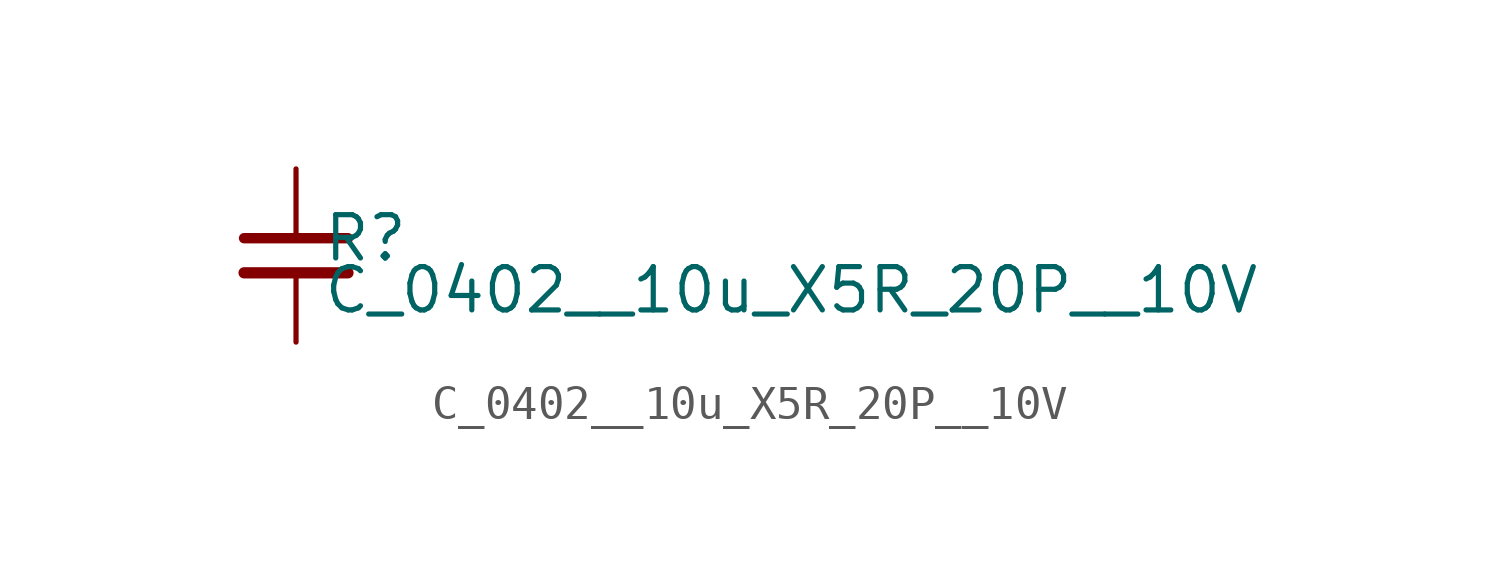
<source format=kicad_sym>
(kicad_symbol_lib
  (version 20211014)
  (generator kicad_symbol_editor)
  (symbol "C_0402__10u_X5R_20P__10V"
    (pin_numbers hide)
    (pin_names
      (offset 0.254) hide)
    (property "Reference" "R"
      (at 0.762 0.508 0)
      (effects (font (size 1.27 1.27)) (justify left)))
    (property "Value" "C_0402__10u_X5R_20P__10V"
      (at 0.762 -1.016 0)
      (effects (font (size 1.27 1.27)) (justify left)))
    (symbol "C_0402__10u_X5R_20P__10V_0_1"
      (polyline (pts (xy -1.524 -0.508) (xy 1.524 -0.508)) (stroke (width 0.33) (type default) (color 0 0 0 0)) (fill (type none)))
      (polyline (pts (xy -1.524 0.508) (xy 1.524 0.508)) (stroke (width 0.305) (type default) (color 0 0 0 0)) (fill (type none))))
    (symbol "C_0402__10u_X5R_20P__10V_1_1"
      (pin passive line (at 0 2.54 270) (length 2.032) (name "1" (effects (font (size 1.27 1.27)))) (number "1" (effects (font (size 1.27 1.27)))))
      (pin passive line (at 0 -2.54 90) (length 2.032) (name "2" (effects (font (size 1.27 1.27)))) (number "2" (effects (font (size 1.27 1.27))))))))
</source>
